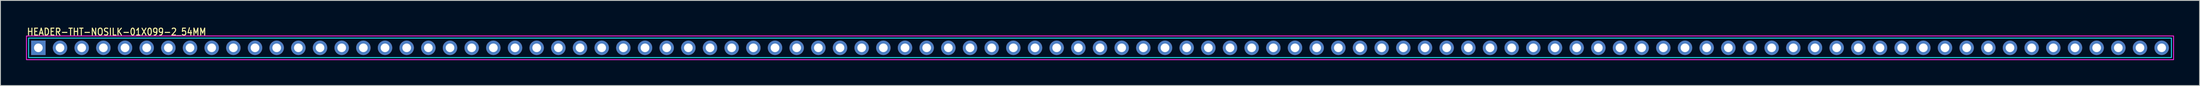
<source format=kicad_pcb>
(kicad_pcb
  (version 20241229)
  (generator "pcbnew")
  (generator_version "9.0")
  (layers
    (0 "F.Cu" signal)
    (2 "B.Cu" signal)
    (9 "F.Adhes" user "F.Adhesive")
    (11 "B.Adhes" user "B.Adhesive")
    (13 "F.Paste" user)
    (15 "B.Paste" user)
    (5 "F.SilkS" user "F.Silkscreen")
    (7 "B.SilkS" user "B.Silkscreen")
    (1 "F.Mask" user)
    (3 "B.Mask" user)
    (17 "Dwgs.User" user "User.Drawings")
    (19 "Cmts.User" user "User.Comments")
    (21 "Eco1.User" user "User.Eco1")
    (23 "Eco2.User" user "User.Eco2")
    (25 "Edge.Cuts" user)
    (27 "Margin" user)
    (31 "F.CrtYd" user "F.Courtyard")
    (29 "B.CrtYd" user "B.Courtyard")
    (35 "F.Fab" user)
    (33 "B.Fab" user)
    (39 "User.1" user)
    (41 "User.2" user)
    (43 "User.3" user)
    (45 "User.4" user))
  (footprint "HEADER-THT-NOSILK-01X099-2_54MM"
    (layer "F.Cu")
    (at 1.447 2.579)
    (property "Reference" "HEADER-THT-NOSILK-01X099-2_54MM" (at -1.4 -1.4 0) (unlocked yes) (layer "F.SilkS") (effects (font (size 0.813 0.695) (thickness 0.122)) (justify left bottom)))
    (fp_poly (pts (xy -1.143 -1.143) (xy 250.063 -1.143) (xy 250.063 1.143) (xy -1.143 1.143)) (stroke (width 0.1) (type solid)) (fill no) (layer "B.CrtYd"))
    (fp_poly (pts (xy -1.397 -1.397) (xy 250.317 -1.397) (xy 250.317 1.397) (xy -1.397 1.397)) (stroke (width 0.1) (type solid)) (fill no) (layer "F.CrtYd"))
    (pad "P$1" thru_hole rect (at 0 0) (size 1.693 1.693) (drill 1.016) (layers "*.Cu" "*.Mask"))
    (pad "P$2" thru_hole oval (at 2.54 0) (size 1.693 1.693) (drill 1.016) (layers "*.Cu" "*.Mask"))
    (pad "P$3" thru_hole oval (at 5.08 0) (size 1.693 1.693) (drill 1.016) (layers "*.Cu" "*.Mask"))
    (pad "P$4" thru_hole oval (at 7.62 0) (size 1.693 1.693) (drill 1.016) (layers "*.Cu" "*.Mask"))
    (pad "P$5" thru_hole oval (at 10.16 0) (size 1.693 1.693) (drill 1.016) (layers "*.Cu" "*.Mask"))
    (pad "P$6" thru_hole oval (at 12.7 0) (size 1.693 1.693) (drill 1.016) (layers "*.Cu" "*.Mask"))
    (pad "P$7" thru_hole oval (at 15.24 0) (size 1.693 1.693) (drill 1.016) (layers "*.Cu" "*.Mask"))
    (pad "P$8" thru_hole oval (at 17.78 0) (size 1.693 1.693) (drill 1.016) (layers "*.Cu" "*.Mask"))
    (pad "P$9" thru_hole oval (at 20.32 0) (size 1.693 1.693) (drill 1.016) (layers "*.Cu" "*.Mask"))
    (pad "P$10" thru_hole oval (at 22.86 0) (size 1.693 1.693) (drill 1.016) (layers "*.Cu" "*.Mask"))
    (pad "P$11" thru_hole oval (at 25.4 0) (size 1.693 1.693) (drill 1.016) (layers "*.Cu" "*.Mask"))
    (pad "P$12" thru_hole oval (at 27.94 0) (size 1.693 1.693) (drill 1.016) (layers "*.Cu" "*.Mask"))
    (pad "P$13" thru_hole oval (at 30.48 0) (size 1.693 1.693) (drill 1.016) (layers "*.Cu" "*.Mask"))
    (pad "P$14" thru_hole oval (at 33.02 0) (size 1.693 1.693) (drill 1.016) (layers "*.Cu" "*.Mask"))
    (pad "P$15" thru_hole oval (at 35.56 0) (size 1.693 1.693) (drill 1.016) (layers "*.Cu" "*.Mask"))
    (pad "P$16" thru_hole oval (at 38.1 0) (size 1.693 1.693) (drill 1.016) (layers "*.Cu" "*.Mask"))
    (pad "P$17" thru_hole oval (at 40.64 0) (size 1.693 1.693) (drill 1.016) (layers "*.Cu" "*.Mask"))
    (pad "P$18" thru_hole oval (at 43.18 0) (size 1.693 1.693) (drill 1.016) (layers "*.Cu" "*.Mask"))
    (pad "P$19" thru_hole oval (at 45.72 0) (size 1.693 1.693) (drill 1.016) (layers "*.Cu" "*.Mask"))
    (pad "P$20" thru_hole oval (at 48.26 0) (size 1.693 1.693) (drill 1.016) (layers "*.Cu" "*.Mask"))
    (pad "P$21" thru_hole oval (at 50.8 0) (size 1.693 1.693) (drill 1.016) (layers "*.Cu" "*.Mask"))
    (pad "P$22" thru_hole oval (at 53.34 0) (size 1.693 1.693) (drill 1.016) (layers "*.Cu" "*.Mask"))
    (pad "P$23" thru_hole oval (at 55.88 0) (size 1.693 1.693) (drill 1.016) (layers "*.Cu" "*.Mask"))
    (pad "P$24" thru_hole oval (at 58.42 0) (size 1.693 1.693) (drill 1.016) (layers "*.Cu" "*.Mask"))
    (pad "P$25" thru_hole oval (at 60.96 0) (size 1.693 1.693) (drill 1.016) (layers "*.Cu" "*.Mask"))
    (pad "P$26" thru_hole oval (at 63.5 0) (size 1.693 1.693) (drill 1.016) (layers "*.Cu" "*.Mask"))
    (pad "P$27" thru_hole oval (at 66.04 0) (size 1.693 1.693) (drill 1.016) (layers "*.Cu" "*.Mask"))
    (pad "P$28" thru_hole oval (at 68.58 0) (size 1.693 1.693) (drill 1.016) (layers "*.Cu" "*.Mask"))
    (pad "P$29" thru_hole oval (at 71.12 0) (size 1.693 1.693) (drill 1.016) (layers "*.Cu" "*.Mask"))
    (pad "P$30" thru_hole oval (at 73.66 0) (size 1.693 1.693) (drill 1.016) (layers "*.Cu" "*.Mask"))
    (pad "P$31" thru_hole oval (at 76.2 0) (size 1.693 1.693) (drill 1.016) (layers "*.Cu" "*.Mask"))
    (pad "P$32" thru_hole oval (at 78.74 0) (size 1.693 1.693) (drill 1.016) (layers "*.Cu" "*.Mask"))
    (pad "P$33" thru_hole oval (at 81.28 0) (size 1.693 1.693) (drill 1.016) (layers "*.Cu" "*.Mask"))
    (pad "P$34" thru_hole oval (at 83.82 0) (size 1.693 1.693) (drill 1.016) (layers "*.Cu" "*.Mask"))
    (pad "P$35" thru_hole oval (at 86.36 0) (size 1.693 1.693) (drill 1.016) (layers "*.Cu" "*.Mask"))
    (pad "P$36" thru_hole oval (at 88.9 0) (size 1.693 1.693) (drill 1.016) (layers "*.Cu" "*.Mask"))
    (pad "P$37" thru_hole oval (at 91.44 0) (size 1.693 1.693) (drill 1.016) (layers "*.Cu" "*.Mask"))
    (pad "P$38" thru_hole oval (at 93.98 0) (size 1.693 1.693) (drill 1.016) (layers "*.Cu" "*.Mask"))
    (pad "P$39" thru_hole oval (at 96.52 0) (size 1.693 1.693) (drill 1.016) (layers "*.Cu" "*.Mask"))
    (pad "P$40" thru_hole oval (at 99.06 0) (size 1.693 1.693) (drill 1.016) (layers "*.Cu" "*.Mask"))
    (pad "P$41" thru_hole oval (at 101.6 0) (size 1.693 1.693) (drill 1.016) (layers "*.Cu" "*.Mask"))
    (pad "P$42" thru_hole oval (at 104.14 0) (size 1.693 1.693) (drill 1.016) (layers "*.Cu" "*.Mask"))
    (pad "P$43" thru_hole oval (at 106.68 0) (size 1.693 1.693) (drill 1.016) (layers "*.Cu" "*.Mask"))
    (pad "P$44" thru_hole oval (at 109.22 0) (size 1.693 1.693) (drill 1.016) (layers "*.Cu" "*.Mask"))
    (pad "P$45" thru_hole oval (at 111.76 0) (size 1.693 1.693) (drill 1.016) (layers "*.Cu" "*.Mask"))
    (pad "P$46" thru_hole oval (at 114.3 0) (size 1.693 1.693) (drill 1.016) (layers "*.Cu" "*.Mask"))
    (pad "P$47" thru_hole oval (at 116.84 0) (size 1.693 1.693) (drill 1.016) (layers "*.Cu" "*.Mask"))
    (pad "P$48" thru_hole oval (at 119.38 0) (size 1.693 1.693) (drill 1.016) (layers "*.Cu" "*.Mask"))
    (pad "P$49" thru_hole oval (at 121.92 0) (size 1.693 1.693) (drill 1.016) (layers "*.Cu" "*.Mask"))
    (pad "P$50" thru_hole oval (at 124.46 0) (size 1.693 1.693) (drill 1.016) (layers "*.Cu" "*.Mask"))
    (pad "P$51" thru_hole oval (at 127 0) (size 1.693 1.693) (drill 1.016) (layers "*.Cu" "*.Mask"))
    (pad "P$52" thru_hole oval (at 129.54 0) (size 1.693 1.693) (drill 1.016) (layers "*.Cu" "*.Mask"))
    (pad "P$53" thru_hole oval (at 132.08 0) (size 1.693 1.693) (drill 1.016) (layers "*.Cu" "*.Mask"))
    (pad "P$54" thru_hole oval (at 134.62 0) (size 1.693 1.693) (drill 1.016) (layers "*.Cu" "*.Mask"))
    (pad "P$55" thru_hole oval (at 137.16 0) (size 1.693 1.693) (drill 1.016) (layers "*.Cu" "*.Mask"))
    (pad "P$56" thru_hole oval (at 139.7 0) (size 1.693 1.693) (drill 1.016) (layers "*.Cu" "*.Mask"))
    (pad "P$57" thru_hole oval (at 142.24 0) (size 1.693 1.693) (drill 1.016) (layers "*.Cu" "*.Mask"))
    (pad "P$58" thru_hole oval (at 144.78 0) (size 1.693 1.693) (drill 1.016) (layers "*.Cu" "*.Mask"))
    (pad "P$59" thru_hole oval (at 147.32 0) (size 1.693 1.693) (drill 1.016) (layers "*.Cu" "*.Mask"))
    (pad "P$60" thru_hole oval (at 149.86 0) (size 1.693 1.693) (drill 1.016) (layers "*.Cu" "*.Mask"))
    (pad "P$61" thru_hole oval (at 152.4 0) (size 1.693 1.693) (drill 1.016) (layers "*.Cu" "*.Mask"))
    (pad "P$62" thru_hole oval (at 154.94 0) (size 1.693 1.693) (drill 1.016) (layers "*.Cu" "*.Mask"))
    (pad "P$63" thru_hole oval (at 157.48 0) (size 1.693 1.693) (drill 1.016) (layers "*.Cu" "*.Mask"))
    (pad "P$64" thru_hole oval (at 160.02 0) (size 1.693 1.693) (drill 1.016) (layers "*.Cu" "*.Mask"))
    (pad "P$65" thru_hole oval (at 162.56 0) (size 1.693 1.693) (drill 1.016) (layers "*.Cu" "*.Mask"))
    (pad "P$66" thru_hole oval (at 165.1 0) (size 1.693 1.693) (drill 1.016) (layers "*.Cu" "*.Mask"))
    (pad "P$67" thru_hole oval (at 167.64 0) (size 1.693 1.693) (drill 1.016) (layers "*.Cu" "*.Mask"))
    (pad "P$68" thru_hole oval (at 170.18 0) (size 1.693 1.693) (drill 1.016) (layers "*.Cu" "*.Mask"))
    (pad "P$69" thru_hole oval (at 172.72 0) (size 1.693 1.693) (drill 1.016) (layers "*.Cu" "*.Mask"))
    (pad "P$70" thru_hole oval (at 175.26 0) (size 1.693 1.693) (drill 1.016) (layers "*.Cu" "*.Mask"))
    (pad "P$71" thru_hole oval (at 177.8 0) (size 1.693 1.693) (drill 1.016) (layers "*.Cu" "*.Mask"))
    (pad "P$72" thru_hole oval (at 180.34 0) (size 1.693 1.693) (drill 1.016) (layers "*.Cu" "*.Mask"))
    (pad "P$73" thru_hole oval (at 182.88 0) (size 1.693 1.693) (drill 1.016) (layers "*.Cu" "*.Mask"))
    (pad "P$74" thru_hole oval (at 185.42 0) (size 1.693 1.693) (drill 1.016) (layers "*.Cu" "*.Mask"))
    (pad "P$75" thru_hole oval (at 187.96 0) (size 1.693 1.693) (drill 1.016) (layers "*.Cu" "*.Mask"))
    (pad "P$76" thru_hole oval (at 190.5 0) (size 1.693 1.693) (drill 1.016) (layers "*.Cu" "*.Mask"))
    (pad "P$77" thru_hole oval (at 193.04 0) (size 1.693 1.693) (drill 1.016) (layers "*.Cu" "*.Mask"))
    (pad "P$78" thru_hole oval (at 195.58 0) (size 1.693 1.693) (drill 1.016) (layers "*.Cu" "*.Mask"))
    (pad "P$79" thru_hole oval (at 198.12 0) (size 1.693 1.693) (drill 1.016) (layers "*.Cu" "*.Mask"))
    (pad "P$80" thru_hole oval (at 200.66 0) (size 1.693 1.693) (drill 1.016) (layers "*.Cu" "*.Mask"))
    (pad "P$81" thru_hole oval (at 203.2 0) (size 1.693 1.693) (drill 1.016) (layers "*.Cu" "*.Mask"))
    (pad "P$82" thru_hole oval (at 205.74 0) (size 1.693 1.693) (drill 1.016) (layers "*.Cu" "*.Mask"))
    (pad "P$83" thru_hole oval (at 208.28 0) (size 1.693 1.693) (drill 1.016) (layers "*.Cu" "*.Mask"))
    (pad "P$84" thru_hole oval (at 210.82 0) (size 1.693 1.693) (drill 1.016) (layers "*.Cu" "*.Mask"))
    (pad "P$85" thru_hole oval (at 213.36 0) (size 1.693 1.693) (drill 1.016) (layers "*.Cu" "*.Mask"))
    (pad "P$86" thru_hole oval (at 215.9 0) (size 1.693 1.693) (drill 1.016) (layers "*.Cu" "*.Mask"))
    (pad "P$87" thru_hole oval (at 218.44 0) (size 1.693 1.693) (drill 1.016) (layers "*.Cu" "*.Mask"))
    (pad "P$88" thru_hole oval (at 220.98 0) (size 1.693 1.693) (drill 1.016) (layers "*.Cu" "*.Mask"))
    (pad "P$89" thru_hole oval (at 223.52 0) (size 1.693 1.693) (drill 1.016) (layers "*.Cu" "*.Mask"))
    (pad "P$90" thru_hole oval (at 226.06 0) (size 1.693 1.693) (drill 1.016) (layers "*.Cu" "*.Mask"))
    (pad "P$91" thru_hole oval (at 228.6 0) (size 1.693 1.693) (drill 1.016) (layers "*.Cu" "*.Mask"))
    (pad "P$92" thru_hole oval (at 231.14 0) (size 1.693 1.693) (drill 1.016) (layers "*.Cu" "*.Mask"))
    (pad "P$93" thru_hole oval (at 233.68 0) (size 1.693 1.693) (drill 1.016) (layers "*.Cu" "*.Mask"))
    (pad "P$94" thru_hole oval (at 236.22 0) (size 1.693 1.693) (drill 1.016) (layers "*.Cu" "*.Mask"))
    (pad "P$95" thru_hole oval (at 238.76 0) (size 1.693 1.693) (drill 1.016) (layers "*.Cu" "*.Mask"))
    (pad "P$96" thru_hole oval (at 241.3 0) (size 1.693 1.693) (drill 1.016) (layers "*.Cu" "*.Mask"))
    (pad "P$97" thru_hole oval (at 243.84 0) (size 1.693 1.693) (drill 1.016) (layers "*.Cu" "*.Mask"))
    (pad "P$98" thru_hole oval (at 246.38 0) (size 1.693 1.693) (drill 1.016) (layers "*.Cu" "*.Mask"))
    (pad "P$99" thru_hole oval (at 248.92 0) (size 1.693 1.693) (drill 1.016) (layers "*.Cu" "*.Mask")))
  (gr_rect
    (start -3 -3)
    (end 254.814 7.026)
    (stroke (width 0.1) (type default))
    (fill no)
    (layer "Edge.Cuts")))
</source>
